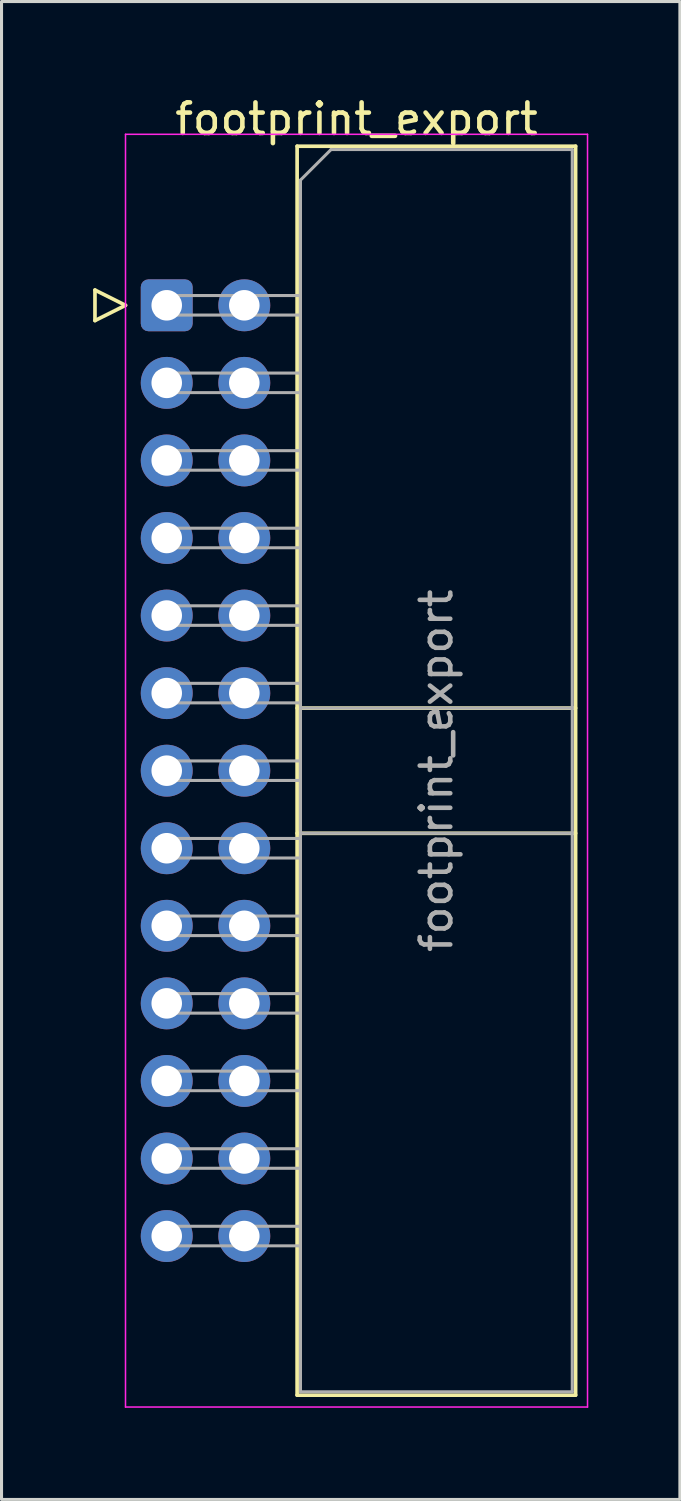
<source format=kicad_pcb>
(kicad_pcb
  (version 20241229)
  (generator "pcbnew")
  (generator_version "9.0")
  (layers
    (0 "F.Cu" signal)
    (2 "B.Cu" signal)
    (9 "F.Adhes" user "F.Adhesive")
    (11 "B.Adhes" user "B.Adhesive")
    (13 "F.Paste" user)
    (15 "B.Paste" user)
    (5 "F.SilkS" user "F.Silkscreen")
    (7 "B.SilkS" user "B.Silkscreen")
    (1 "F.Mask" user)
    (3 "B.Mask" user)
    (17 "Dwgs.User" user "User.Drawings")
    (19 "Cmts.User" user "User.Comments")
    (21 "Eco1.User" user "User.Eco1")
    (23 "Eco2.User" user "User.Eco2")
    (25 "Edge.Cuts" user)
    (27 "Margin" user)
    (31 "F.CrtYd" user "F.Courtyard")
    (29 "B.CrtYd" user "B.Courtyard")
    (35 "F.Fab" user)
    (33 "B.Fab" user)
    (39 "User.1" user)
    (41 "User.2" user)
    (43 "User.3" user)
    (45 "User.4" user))
  (footprint "footprint_export"
    (layer "F.Cu")
    (at 2.41 6.948)
    (property "Reference" "footprint_export" (at 6.215 -6.1 0) (layer "F.SilkS") (effects (font (size 1 1) (thickness 0.15))))
    (attr through_hole)
    (fp_line (start -2.35 -0.5) (end -2.35 0.5) (stroke (width 0.12) (type solid)) (layer "F.SilkS"))
    (fp_line (start -2.35 0.5) (end -1.35 0) (stroke (width 0.12) (type solid)) (layer "F.SilkS"))
    (fp_line (start -1.35 0) (end -2.35 -0.5) (stroke (width 0.12) (type solid)) (layer "F.SilkS"))
    (fp_line (start 4.27 -5.21) (end 13.39 -5.21) (stroke (width 0.12) (type solid)) (layer "F.SilkS"))
    (fp_line (start 4.27 13.19) (end 13.39 13.19) (stroke (width 0.12) (type solid)) (layer "F.SilkS"))
    (fp_line (start 4.27 17.29) (end 13.39 17.29) (stroke (width 0.12) (type solid)) (layer "F.SilkS"))
    (fp_line (start 4.27 35.69) (end 4.27 -5.21) (stroke (width 0.12) (type solid)) (layer "F.SilkS"))
    (fp_line (start 13.39 -5.21) (end 13.39 35.69) (stroke (width 0.12) (type solid)) (layer "F.SilkS"))
    (fp_line (start 13.39 35.69) (end 4.27 35.69) (stroke (width 0.12) (type solid)) (layer "F.SilkS"))
    (fp_line (start -1.35 -5.6) (end -1.35 36.08) (stroke (width 0.05) (type solid)) (layer "F.CrtYd"))
    (fp_line (start -1.35 36.08) (end 13.78 36.08) (stroke (width 0.05) (type solid)) (layer "F.CrtYd"))
    (fp_line (start 13.78 -5.6) (end -1.35 -5.6) (stroke (width 0.05) (type solid)) (layer "F.CrtYd"))
    (fp_line (start 13.78 36.08) (end 13.78 -5.6) (stroke (width 0.05) (type solid)) (layer "F.CrtYd"))
    (fp_line (start -0.32 -0.32) (end -0.32 0.32) (stroke (width 0.1) (type solid)) (layer "F.Fab"))
    (fp_line (start -0.32 0.32) (end 4.38 0.32) (stroke (width 0.1) (type solid)) (layer "F.Fab"))
    (fp_line (start -0.32 2.22) (end -0.32 2.86) (stroke (width 0.1) (type solid)) (layer "F.Fab"))
    (fp_line (start -0.32 2.86) (end 4.38 2.86) (stroke (width 0.1) (type solid)) (layer "F.Fab"))
    (fp_line (start -0.32 4.76) (end -0.32 5.4) (stroke (width 0.1) (type solid)) (layer "F.Fab"))
    (fp_line (start -0.32 5.4) (end 4.38 5.4) (stroke (width 0.1) (type solid)) (layer "F.Fab"))
    (fp_line (start -0.32 7.3) (end -0.32 7.94) (stroke (width 0.1) (type solid)) (layer "F.Fab"))
    (fp_line (start -0.32 7.94) (end 4.38 7.94) (stroke (width 0.1) (type solid)) (layer "F.Fab"))
    (fp_line (start -0.32 9.84) (end -0.32 10.48) (stroke (width 0.1) (type solid)) (layer "F.Fab"))
    (fp_line (start -0.32 10.48) (end 4.38 10.48) (stroke (width 0.1) (type solid)) (layer "F.Fab"))
    (fp_line (start -0.32 12.38) (end -0.32 13.02) (stroke (width 0.1) (type solid)) (layer "F.Fab"))
    (fp_line (start -0.32 13.02) (end 4.38 13.02) (stroke (width 0.1) (type solid)) (layer "F.Fab"))
    (fp_line (start -0.32 14.92) (end -0.32 15.56) (stroke (width 0.1) (type solid)) (layer "F.Fab"))
    (fp_line (start -0.32 15.56) (end 4.38 15.56) (stroke (width 0.1) (type solid)) (layer "F.Fab"))
    (fp_line (start -0.32 17.46) (end -0.32 18.1) (stroke (width 0.1) (type solid)) (layer "F.Fab"))
    (fp_line (start -0.32 18.1) (end 4.38 18.1) (stroke (width 0.1) (type solid)) (layer "F.Fab"))
    (fp_line (start -0.32 20) (end -0.32 20.64) (stroke (width 0.1) (type solid)) (layer "F.Fab"))
    (fp_line (start -0.32 20.64) (end 4.38 20.64) (stroke (width 0.1) (type solid)) (layer "F.Fab"))
    (fp_line (start -0.32 22.54) (end -0.32 23.18) (stroke (width 0.1) (type solid)) (layer "F.Fab"))
    (fp_line (start -0.32 23.18) (end 4.38 23.18) (stroke (width 0.1) (type solid)) (layer "F.Fab"))
    (fp_line (start -0.32 25.08) (end -0.32 25.72) (stroke (width 0.1) (type solid)) (layer "F.Fab"))
    (fp_line (start -0.32 25.72) (end 4.38 25.72) (stroke (width 0.1) (type solid)) (layer "F.Fab"))
    (fp_line (start -0.32 27.62) (end -0.32 28.26) (stroke (width 0.1) (type solid)) (layer "F.Fab"))
    (fp_line (start -0.32 28.26) (end 4.38 28.26) (stroke (width 0.1) (type solid)) (layer "F.Fab"))
    (fp_line (start -0.32 30.16) (end -0.32 30.8) (stroke (width 0.1) (type solid)) (layer "F.Fab"))
    (fp_line (start -0.32 30.8) (end 4.38 30.8) (stroke (width 0.1) (type solid)) (layer "F.Fab"))
    (fp_line (start 4.38 -4.1) (end 5.38 -5.1) (stroke (width 0.1) (type solid)) (layer "F.Fab"))
    (fp_line (start 4.38 -0.32) (end -0.32 -0.32) (stroke (width 0.1) (type solid)) (layer "F.Fab"))
    (fp_line (start 4.38 2.22) (end -0.32 2.22) (stroke (width 0.1) (type solid)) (layer "F.Fab"))
    (fp_line (start 4.38 4.76) (end -0.32 4.76) (stroke (width 0.1) (type solid)) (layer "F.Fab"))
    (fp_line (start 4.38 7.3) (end -0.32 7.3) (stroke (width 0.1) (type solid)) (layer "F.Fab"))
    (fp_line (start 4.38 9.84) (end -0.32 9.84) (stroke (width 0.1) (type solid)) (layer "F.Fab"))
    (fp_line (start 4.38 12.38) (end -0.32 12.38) (stroke (width 0.1) (type solid)) (layer "F.Fab"))
    (fp_line (start 4.38 13.19) (end 13.28 13.19) (stroke (width 0.1) (type solid)) (layer "F.Fab"))
    (fp_line (start 4.38 14.92) (end -0.32 14.92) (stroke (width 0.1) (type solid)) (layer "F.Fab"))
    (fp_line (start 4.38 17.29) (end 13.28 17.29) (stroke (width 0.1) (type solid)) (layer "F.Fab"))
    (fp_line (start 4.38 17.46) (end -0.32 17.46) (stroke (width 0.1) (type solid)) (layer "F.Fab"))
    (fp_line (start 4.38 20) (end -0.32 20) (stroke (width 0.1) (type solid)) (layer "F.Fab"))
    (fp_line (start 4.38 22.54) (end -0.32 22.54) (stroke (width 0.1) (type solid)) (layer "F.Fab"))
    (fp_line (start 4.38 25.08) (end -0.32 25.08) (stroke (width 0.1) (type solid)) (layer "F.Fab"))
    (fp_line (start 4.38 27.62) (end -0.32 27.62) (stroke (width 0.1) (type solid)) (layer "F.Fab"))
    (fp_line (start 4.38 30.16) (end -0.32 30.16) (stroke (width 0.1) (type solid)) (layer "F.Fab"))
    (fp_line (start 4.38 35.58) (end 4.38 -4.1) (stroke (width 0.1) (type solid)) (layer "F.Fab"))
    (fp_line (start 5.38 -5.1) (end 13.28 -5.1) (stroke (width 0.1) (type solid)) (layer "F.Fab"))
    (fp_line (start 13.28 -5.1) (end 13.28 35.58) (stroke (width 0.1) (type solid)) (layer "F.Fab"))
    (fp_line (start 13.28 35.58) (end 4.38 35.58) (stroke (width 0.1) (type solid)) (layer "F.Fab"))
    (fp_text user "${REFERENCE}" (at 8.83 15.24 90) (layer "F.Fab") (effects (font (size 1 1) (thickness 0.15))))
    (pad "1" thru_hole roundrect (at 0 0) (size 1.7 1.7) (drill 1) (layers "*.Cu" "*.Mask") (roundrect_rratio 0.147))
    (pad "2" thru_hole circle (at 2.54 0) (size 1.7 1.7) (drill 1) (layers "*.Cu" "*.Mask"))
    (pad "3" thru_hole circle (at 0 2.54) (size 1.7 1.7) (drill 1) (layers "*.Cu" "*.Mask"))
    (pad "4" thru_hole circle (at 2.54 2.54) (size 1.7 1.7) (drill 1) (layers "*.Cu" "*.Mask"))
    (pad "5" thru_hole circle (at 0 5.08) (size 1.7 1.7) (drill 1) (layers "*.Cu" "*.Mask"))
    (pad "6" thru_hole circle (at 2.54 5.08) (size 1.7 1.7) (drill 1) (layers "*.Cu" "*.Mask"))
    (pad "7" thru_hole circle (at 0 7.62) (size 1.7 1.7) (drill 1) (layers "*.Cu" "*.Mask"))
    (pad "8" thru_hole circle (at 2.54 7.62) (size 1.7 1.7) (drill 1) (layers "*.Cu" "*.Mask"))
    (pad "9" thru_hole circle (at 0 10.16) (size 1.7 1.7) (drill 1) (layers "*.Cu" "*.Mask"))
    (pad "10" thru_hole circle (at 2.54 10.16) (size 1.7 1.7) (drill 1) (layers "*.Cu" "*.Mask"))
    (pad "11" thru_hole circle (at 0 12.7) (size 1.7 1.7) (drill 1) (layers "*.Cu" "*.Mask"))
    (pad "12" thru_hole circle (at 2.54 12.7) (size 1.7 1.7) (drill 1) (layers "*.Cu" "*.Mask"))
    (pad "13" thru_hole circle (at 0 15.24) (size 1.7 1.7) (drill 1) (layers "*.Cu" "*.Mask"))
    (pad "14" thru_hole circle (at 2.54 15.24) (size 1.7 1.7) (drill 1) (layers "*.Cu" "*.Mask"))
    (pad "15" thru_hole circle (at 0 17.78) (size 1.7 1.7) (drill 1) (layers "*.Cu" "*.Mask"))
    (pad "16" thru_hole circle (at 2.54 17.78) (size 1.7 1.7) (drill 1) (layers "*.Cu" "*.Mask"))
    (pad "17" thru_hole circle (at 0 20.32) (size 1.7 1.7) (drill 1) (layers "*.Cu" "*.Mask"))
    (pad "18" thru_hole circle (at 2.54 20.32) (size 1.7 1.7) (drill 1) (layers "*.Cu" "*.Mask"))
    (pad "19" thru_hole circle (at 0 22.86) (size 1.7 1.7) (drill 1) (layers "*.Cu" "*.Mask"))
    (pad "20" thru_hole circle (at 2.54 22.86) (size 1.7 1.7) (drill 1) (layers "*.Cu" "*.Mask"))
    (pad "21" thru_hole circle (at 0 25.4) (size 1.7 1.7) (drill 1) (layers "*.Cu" "*.Mask"))
    (pad "22" thru_hole circle (at 2.54 25.4) (size 1.7 1.7) (drill 1) (layers "*.Cu" "*.Mask"))
    (pad "23" thru_hole circle (at 0 27.94) (size 1.7 1.7) (drill 1) (layers "*.Cu" "*.Mask"))
    (pad "24" thru_hole circle (at 2.54 27.94) (size 1.7 1.7) (drill 1) (layers "*.Cu" "*.Mask"))
    (pad "25" thru_hole circle (at 0 30.48) (size 1.7 1.7) (drill 1) (layers "*.Cu" "*.Mask"))
    (pad "26" thru_hole circle (at 2.54 30.48) (size 1.7 1.7) (drill 1) (layers "*.Cu" "*.Mask")))
  (gr_rect
    (start -3 -3)
    (end 19.215 46.053)
    (stroke (width 0.1) (type default))
    (fill no)
    (layer "Edge.Cuts")))
</source>
